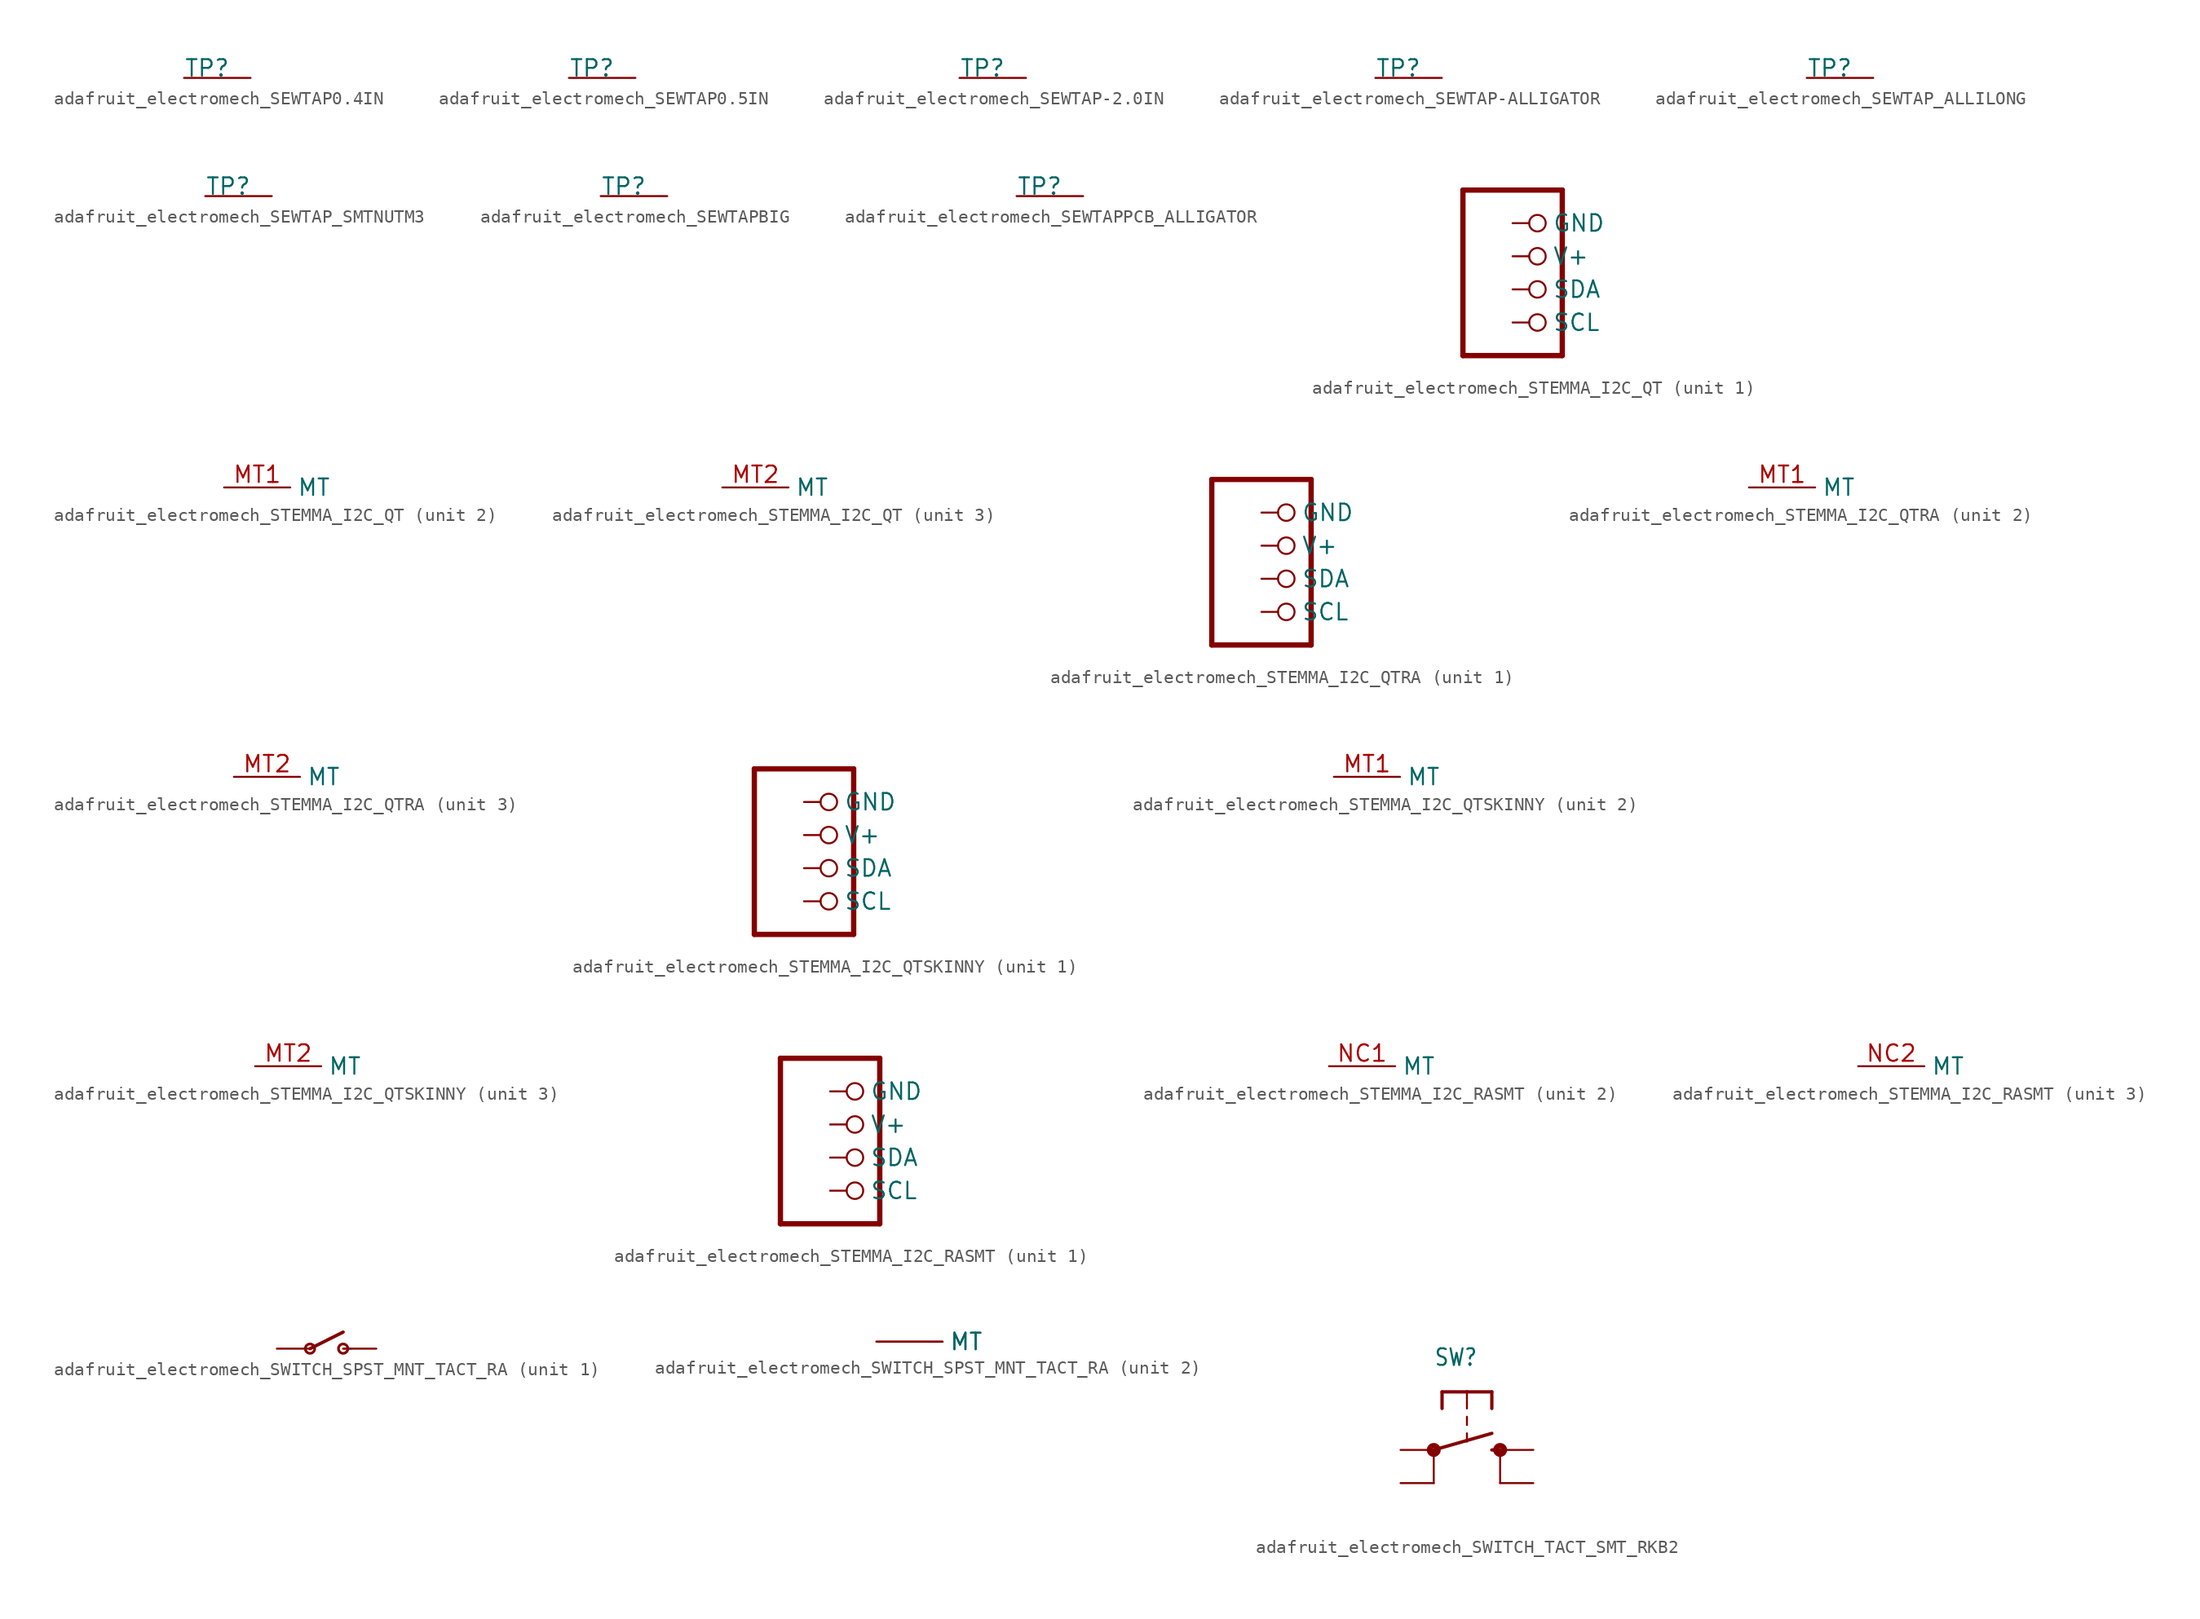
<source format=kicad_sym>
(kicad_symbol_lib
  (version 20231120)
  (generator "kicad_symbol_editor")
  (generator_version "8.0")
  (symbol "adafruit_electromech_SEWTAP0.4IN"
    (property "Reference" "TP"
      (at 0 0 0)
      (effects (font (size 1.27 1.27)) (justify left bottom)))
    (property "ki_locked" ""
      (at 0 0 0)
      (effects (font (size 1.27 1.27))))
    (symbol "adafruit_electromech_SEWTAP0.4IN_1_0"
      (pin bidirectional line (at 0 0 0) (length 5.08) (name "SEW" (effects (font (size 0 0)))) (number "TAP" (effects (font (size 0 0)))))))
  (symbol "adafruit_electromech_SEWTAP0.5IN"
    (property "Reference" "TP"
      (at 0 0 0)
      (effects (font (size 1.27 1.27)) (justify left bottom)))
    (property "ki_locked" ""
      (at 0 0 0)
      (effects (font (size 1.27 1.27))))
    (symbol "adafruit_electromech_SEWTAP0.5IN_1_0"
      (pin bidirectional line (at 0 0 0) (length 5.08) (name "SEW" (effects (font (size 0 0)))) (number "TAP" (effects (font (size 0 0)))))))
  (symbol "adafruit_electromech_SEWTAP-2.0IN"
    (property "Reference" "TP"
      (at 0 0 0)
      (effects (font (size 1.27 1.27)) (justify left bottom)))
    (property "ki_locked" ""
      (at 0 0 0)
      (effects (font (size 1.27 1.27))))
    (symbol "adafruit_electromech_SEWTAP-2.0IN_1_0"
      (pin bidirectional line (at 0 0 0) (length 5.08) (name "SEW" (effects (font (size 0 0)))) (number "P$1" (effects (font (size 0 0)))))))
  (symbol "adafruit_electromech_SEWTAP-ALLIGATOR"
    (property "Reference" "TP"
      (at 0 0 0)
      (effects (font (size 1.27 1.27)) (justify left bottom)))
    (property "ki_locked" ""
      (at 0 0 0)
      (effects (font (size 1.27 1.27))))
    (symbol "adafruit_electromech_SEWTAP-ALLIGATOR_1_0"
      (pin bidirectional line (at 0 0 0) (length 5.08) (name "SEW" (effects (font (size 0 0)))) (number "P$1" (effects (font (size 0 0)))))))
  (symbol "adafruit_electromech_SEWTAP_ALLILONG"
    (property "Reference" "TP"
      (at 0 0 0)
      (effects (font (size 1.27 1.27)) (justify left bottom)))
    (property "ki_locked" ""
      (at 0 0 0)
      (effects (font (size 1.27 1.27))))
    (symbol "adafruit_electromech_SEWTAP_ALLILONG_1_0"
      (pin bidirectional line (at 0 0 0) (length 5.08) (name "SEW" (effects (font (size 0 0)))) (number "P$1" (effects (font (size 0 0)))))))
  (symbol "adafruit_electromech_SEWTAP_SMTNUTM3"
    (property "Reference" "TP"
      (at 0 0 0)
      (effects (font (size 1.27 1.27)) (justify left bottom)))
    (property "ki_locked" ""
      (at 0 0 0)
      (effects (font (size 1.27 1.27))))
    (symbol "adafruit_electromech_SEWTAP_SMTNUTM3_1_0"
      (pin bidirectional line (at 0 0 0) (length 5.08) (name "SEW" (effects (font (size 0 0)))) (number "P$1" (effects (font (size 0 0)))))))
  (symbol "adafruit_electromech_SEWTAPBIG"
    (property "Reference" "TP"
      (at 0 0 0)
      (effects (font (size 1.27 1.27)) (justify left bottom)))
    (property "ki_locked" ""
      (at 0 0 0)
      (effects (font (size 1.27 1.27))))
    (symbol "adafruit_electromech_SEWTAPBIG_1_0"
      (pin bidirectional line (at 0 0 0) (length 5.08) (name "SEW" (effects (font (size 0 0)))) (number "P$1" (effects (font (size 0 0)))))))
  (symbol "adafruit_electromech_SEWTAPPCB_ALLIGATOR"
    (property "Reference" "TP"
      (at 0 0 0)
      (effects (font (size 1.27 1.27)) (justify left bottom)))
    (property "ki_locked" ""
      (at 0 0 0)
      (effects (font (size 1.27 1.27))))
    (symbol "adafruit_electromech_SEWTAPPCB_ALLIGATOR_1_0"
      (pin bidirectional line (at 0 0 0) (length 5.08) (name "SEW" (effects (font (size 0 0)))) (number "P$1" (effects (font (size 0 0)))))))
  (symbol "adafruit_electromech_STEMMA_I2C_QT"
    (property "Reference" "CONN"
      (at -3.81 8.255 0)
      (effects (font (size 1.778 1.511)) (justify left bottom) (hide yes)))
    (property "ki_locked" ""
      (at 0 0 0)
      (effects (font (size 1.27 1.27))))
    (symbol "adafruit_electromech_STEMMA_I2C_QT_1_0"
      (polyline (pts (xy -3.81 -5.08) (xy 3.81 -5.08)) (stroke (width 0.406) (type solid)) (fill (type none)))
      (polyline (pts (xy -3.81 7.62) (xy -3.81 -5.08)) (stroke (width 0.406) (type solid)) (fill (type none)))
      (polyline (pts (xy 3.81 -5.08) (xy 3.81 7.62)) (stroke (width 0.406) (type solid)) (fill (type none)))
      (polyline (pts (xy 3.81 7.62) (xy -3.81 7.62)) (stroke (width 0.406) (type solid)) (fill (type none)))
      (pin passive inverted (at 0 5.08 0) (length 2.54) (name "GND" (effects (font (size 1.27 1.27)))) (number "1" (effects (font (size 0 0)))))
      (pin passive inverted (at 0 2.54 0) (length 2.54) (name "V+" (effects (font (size 1.27 1.27)))) (number "2" (effects (font (size 0 0)))))
      (pin passive inverted (at 0 0 0) (length 2.54) (name "SDA" (effects (font (size 1.27 1.27)))) (number "3" (effects (font (size 0 0)))))
      (pin passive inverted (at 0 -2.54 0) (length 2.54) (name "SCL" (effects (font (size 1.27 1.27)))) (number "4" (effects (font (size 0 0))))))
    (symbol "adafruit_electromech_STEMMA_I2C_QT_2_0"
      (pin bidirectional line (at 0 0 0) (length 5.08) (name "MT" (effects (font (size 1.27 1.27)))) (number "MT1" (effects (font (size 1.27 1.27))))))
    (symbol "adafruit_electromech_STEMMA_I2C_QT_3_0"
      (pin bidirectional line (at 0 0 0) (length 5.08) (name "MT" (effects (font (size 1.27 1.27)))) (number "MT2" (effects (font (size 1.27 1.27)))))))
  (symbol "adafruit_electromech_STEMMA_I2C_QTRA"
    (property "Reference" "CONN"
      (at -3.81 8.255 0)
      (effects (font (size 1.778 1.511)) (justify left bottom) (hide yes)))
    (property "ki_locked" ""
      (at 0 0 0)
      (effects (font (size 1.27 1.27))))
    (symbol "adafruit_electromech_STEMMA_I2C_QTRA_1_0"
      (polyline (pts (xy -3.81 -5.08) (xy 3.81 -5.08)) (stroke (width 0.406) (type solid)) (fill (type none)))
      (polyline (pts (xy -3.81 7.62) (xy -3.81 -5.08)) (stroke (width 0.406) (type solid)) (fill (type none)))
      (polyline (pts (xy 3.81 -5.08) (xy 3.81 7.62)) (stroke (width 0.406) (type solid)) (fill (type none)))
      (polyline (pts (xy 3.81 7.62) (xy -3.81 7.62)) (stroke (width 0.406) (type solid)) (fill (type none)))
      (pin passive inverted (at 0 5.08 0) (length 2.54) (name "GND" (effects (font (size 1.27 1.27)))) (number "1" (effects (font (size 0 0)))))
      (pin passive inverted (at 0 2.54 0) (length 2.54) (name "V+" (effects (font (size 1.27 1.27)))) (number "2" (effects (font (size 0 0)))))
      (pin passive inverted (at 0 0 0) (length 2.54) (name "SDA" (effects (font (size 1.27 1.27)))) (number "3" (effects (font (size 0 0)))))
      (pin passive inverted (at 0 -2.54 0) (length 2.54) (name "SCL" (effects (font (size 1.27 1.27)))) (number "4" (effects (font (size 0 0))))))
    (symbol "adafruit_electromech_STEMMA_I2C_QTRA_2_0"
      (pin bidirectional line (at 0 0 0) (length 5.08) (name "MT" (effects (font (size 1.27 1.27)))) (number "MT1" (effects (font (size 1.27 1.27))))))
    (symbol "adafruit_electromech_STEMMA_I2C_QTRA_3_0"
      (pin bidirectional line (at 0 0 0) (length 5.08) (name "MT" (effects (font (size 1.27 1.27)))) (number "MT2" (effects (font (size 1.27 1.27)))))))
  (symbol "adafruit_electromech_STEMMA_I2C_QTSKINNY"
    (property "Reference" "CONN"
      (at -3.81 8.255 0)
      (effects (font (size 1.778 1.511)) (justify left bottom) (hide yes)))
    (property "ki_locked" ""
      (at 0 0 0)
      (effects (font (size 1.27 1.27))))
    (symbol "adafruit_electromech_STEMMA_I2C_QTSKINNY_1_0"
      (polyline (pts (xy -3.81 -5.08) (xy 3.81 -5.08)) (stroke (width 0.406) (type solid)) (fill (type none)))
      (polyline (pts (xy -3.81 7.62) (xy -3.81 -5.08)) (stroke (width 0.406) (type solid)) (fill (type none)))
      (polyline (pts (xy 3.81 -5.08) (xy 3.81 7.62)) (stroke (width 0.406) (type solid)) (fill (type none)))
      (polyline (pts (xy 3.81 7.62) (xy -3.81 7.62)) (stroke (width 0.406) (type solid)) (fill (type none)))
      (pin passive inverted (at 0 5.08 0) (length 2.54) (name "GND" (effects (font (size 1.27 1.27)))) (number "1" (effects (font (size 0 0)))))
      (pin passive inverted (at 0 2.54 0) (length 2.54) (name "V+" (effects (font (size 1.27 1.27)))) (number "2" (effects (font (size 0 0)))))
      (pin passive inverted (at 0 0 0) (length 2.54) (name "SDA" (effects (font (size 1.27 1.27)))) (number "3" (effects (font (size 0 0)))))
      (pin passive inverted (at 0 -2.54 0) (length 2.54) (name "SCL" (effects (font (size 1.27 1.27)))) (number "4" (effects (font (size 0 0))))))
    (symbol "adafruit_electromech_STEMMA_I2C_QTSKINNY_2_0"
      (pin bidirectional line (at 0 0 0) (length 5.08) (name "MT" (effects (font (size 1.27 1.27)))) (number "MT1" (effects (font (size 1.27 1.27))))))
    (symbol "adafruit_electromech_STEMMA_I2C_QTSKINNY_3_0"
      (pin bidirectional line (at 0 0 0) (length 5.08) (name "MT" (effects (font (size 1.27 1.27)))) (number "MT2" (effects (font (size 1.27 1.27)))))))
  (symbol "adafruit_electromech_STEMMA_I2C_RASMT"
    (property "Reference" "CONN"
      (at -3.81 8.255 0)
      (effects (font (size 1.778 1.511)) (justify left bottom) (hide yes)))
    (property "ki_locked" ""
      (at 0 0 0)
      (effects (font (size 1.27 1.27))))
    (symbol "adafruit_electromech_STEMMA_I2C_RASMT_1_0"
      (polyline (pts (xy -3.81 -5.08) (xy 3.81 -5.08)) (stroke (width 0.406) (type solid)) (fill (type none)))
      (polyline (pts (xy -3.81 7.62) (xy -3.81 -5.08)) (stroke (width 0.406) (type solid)) (fill (type none)))
      (polyline (pts (xy 3.81 -5.08) (xy 3.81 7.62)) (stroke (width 0.406) (type solid)) (fill (type none)))
      (polyline (pts (xy 3.81 7.62) (xy -3.81 7.62)) (stroke (width 0.406) (type solid)) (fill (type none)))
      (pin passive inverted (at 0 5.08 0) (length 2.54) (name "GND" (effects (font (size 1.27 1.27)))) (number "1" (effects (font (size 0 0)))))
      (pin passive inverted (at 0 2.54 0) (length 2.54) (name "V+" (effects (font (size 1.27 1.27)))) (number "2" (effects (font (size 0 0)))))
      (pin passive inverted (at 0 0 0) (length 2.54) (name "SDA" (effects (font (size 1.27 1.27)))) (number "3" (effects (font (size 0 0)))))
      (pin passive inverted (at 0 -2.54 0) (length 2.54) (name "SCL" (effects (font (size 1.27 1.27)))) (number "4" (effects (font (size 0 0))))))
    (symbol "adafruit_electromech_STEMMA_I2C_RASMT_2_0"
      (pin bidirectional line (at 0 0 0) (length 5.08) (name "MT" (effects (font (size 1.27 1.27)))) (number "NC1" (effects (font (size 1.27 1.27))))))
    (symbol "adafruit_electromech_STEMMA_I2C_RASMT_3_0"
      (pin bidirectional line (at 0 0 0) (length 5.08) (name "MT" (effects (font (size 1.27 1.27)))) (number "NC2" (effects (font (size 1.27 1.27)))))))
  (symbol "adafruit_electromech_SWITCH_SPST_MNT_TACT_RA"
    (property "Reference" "SW"
      (at -4.445 2.54 0)
      (effects (font (size 1.27 1.079)) (justify left bottom) (hide yes)))
    (property "ki_locked" ""
      (at 0 0 0)
      (effects (font (size 1.27 1.27))))
    (symbol "adafruit_electromech_SWITCH_SPST_MNT_TACT_RA_1_0"
      (circle (center -2.54 0) (radius 0.359) (stroke (width 0.203) (type solid)) (fill (type none)))
      (polyline (pts (xy -2.54 0) (xy 0 1.27)) (stroke (width 0.254) (type solid)) (fill (type none)))
      (polyline (pts (xy 0 0) (xy 0.635 0)) (stroke (width 0.127) (type solid)) (fill (type none)))
      (circle (center 0 0) (radius 0.359) (stroke (width 0.203) (type solid)) (fill (type none)))
      (pin passive line (at -5.08 0 0) (length 2.54) (name "P" (effects (font (size 0 0)))) (number "1" (effects (font (size 0 0)))))
      (pin passive line (at 2.54 0 180) (length 2.54) (name "S" (effects (font (size 0 0)))) (number "2" (effects (font (size 0 0))))))
    (symbol "adafruit_electromech_SWITCH_SPST_MNT_TACT_RA_2_0"
      (pin bidirectional line (at 0 0 0) (length 5.08) (name "MT" (effects (font (size 1.27 1.27)))) (number "MT1" (effects (font (size 0 0)))))
      (pin bidirectional line (at 0 0 0) (length 5.08) (name "MT" (effects (font (size 1.27 1.27)))) (number "MT2" (effects (font (size 0 0)))))))
  (symbol "adafruit_electromech_SWITCH_TACT_SMT_RKB2"
    (property "Reference" "SW"
      (at -2.54 6.35 0)
      (effects (font (size 1.27 1.079)) (justify left bottom)))
    (property "Value" ""
      (at -2.54 -5.08 0)
      (effects (font (size 1.27 1.079)) (justify left bottom)))
    (property "ki_locked" ""
      (at 0 0 0)
      (effects (font (size 1.27 1.27))))
    (symbol "adafruit_electromech_SWITCH_TACT_SMT_RKB2_1_0"
      (circle (center -2.54 0) (radius 0.127) (stroke (width 0.406) (type solid)) (fill (type none)))
      (polyline (pts (xy -2.54 -2.54) (xy -2.54 0)) (stroke (width 0.152) (type solid)) (fill (type none)))
      (polyline (pts (xy -2.54 0) (xy 1.905 1.27)) (stroke (width 0.254) (type solid)) (fill (type none)))
      (polyline (pts (xy -1.905 4.445) (xy -1.905 3.175)) (stroke (width 0.254) (type solid)) (fill (type none)))
      (polyline (pts (xy 0 1.27) (xy 0 0.635)) (stroke (width 0.152) (type solid)) (fill (type none)))
      (polyline (pts (xy 0 2.54) (xy 0 1.905)) (stroke (width 0.152) (type solid)) (fill (type none)))
      (polyline (pts (xy 0 4.445) (xy -1.905 4.445)) (stroke (width 0.254) (type solid)) (fill (type none)))
      (polyline (pts (xy 0 4.445) (xy 0 3.175)) (stroke (width 0.152) (type solid)) (fill (type none)))
      (polyline (pts (xy 1.905 0) (xy 2.54 0)) (stroke (width 0.254) (type solid)) (fill (type none)))
      (polyline (pts (xy 1.905 4.445) (xy 0 4.445)) (stroke (width 0.254) (type solid)) (fill (type none)))
      (polyline (pts (xy 1.905 4.445) (xy 1.905 3.175)) (stroke (width 0.254) (type solid)) (fill (type none)))
      (polyline (pts (xy 2.54 -2.54) (xy 2.54 0)) (stroke (width 0.152) (type solid)) (fill (type none)))
      (circle (center 2.54 0) (radius 0.127) (stroke (width 0.406) (type solid)) (fill (type none)))
      (pin passive line (at -5.08 0 0) (length 2.54) (name "P" (effects (font (size 0 0)))) (number "A" (effects (font (size 0 0)))))
      (pin passive line (at -5.08 -2.54 0) (length 2.54) (name "P1" (effects (font (size 0 0)))) (number "A'" (effects (font (size 0 0)))))
      (pin passive line (at 5.08 0 180) (length 2.54) (name "S" (effects (font (size 0 0)))) (number "B" (effects (font (size 0 0)))))
      (pin passive line (at 5.08 -2.54 180) (length 2.54) (name "S1" (effects (font (size 0 0)))) (number "B'" (effects (font (size 0 0))))))))
</source>
